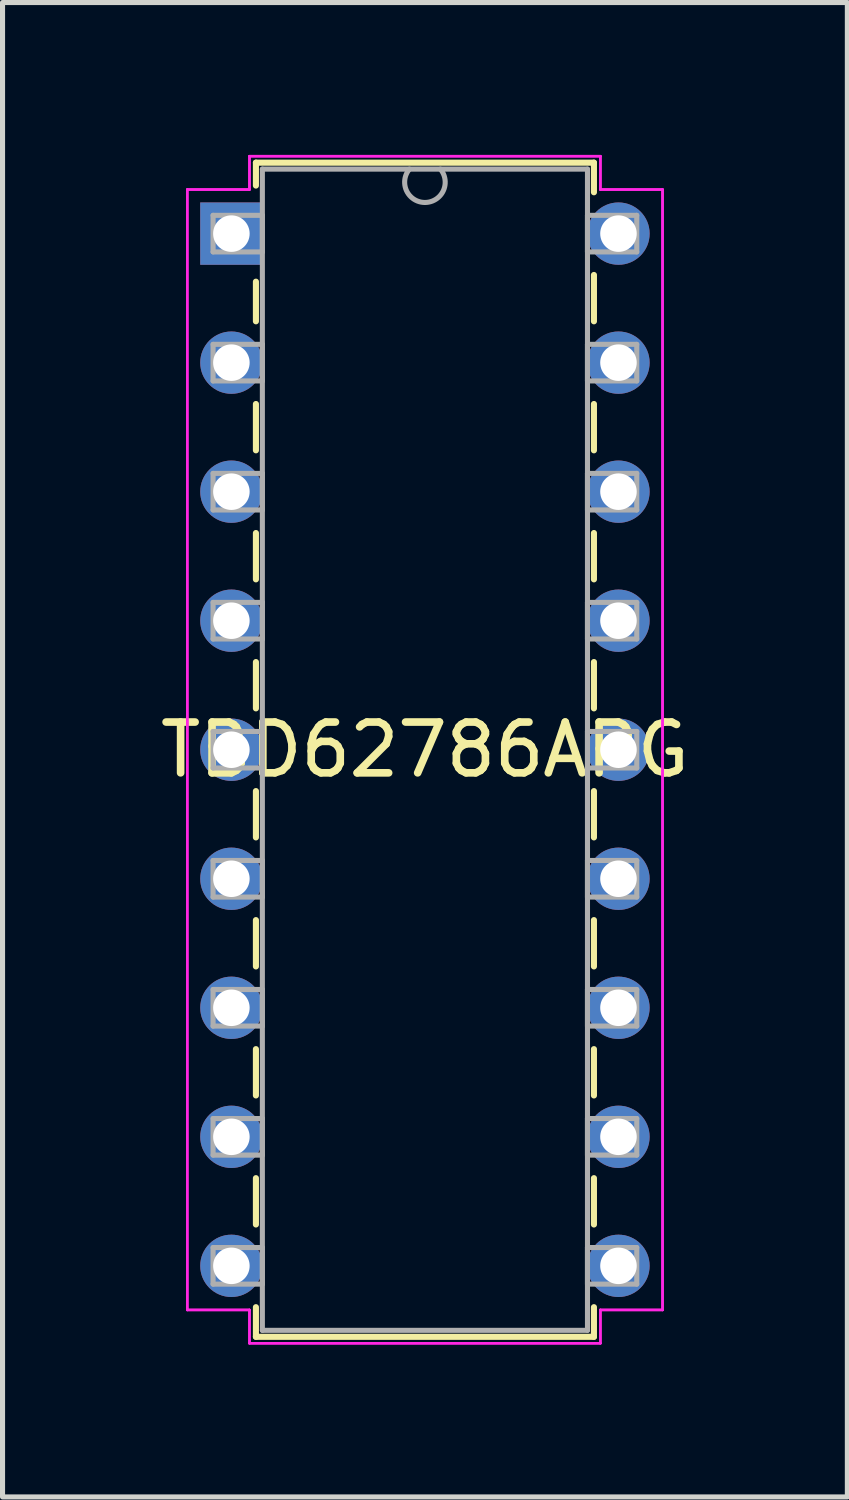
<source format=kicad_pcb>
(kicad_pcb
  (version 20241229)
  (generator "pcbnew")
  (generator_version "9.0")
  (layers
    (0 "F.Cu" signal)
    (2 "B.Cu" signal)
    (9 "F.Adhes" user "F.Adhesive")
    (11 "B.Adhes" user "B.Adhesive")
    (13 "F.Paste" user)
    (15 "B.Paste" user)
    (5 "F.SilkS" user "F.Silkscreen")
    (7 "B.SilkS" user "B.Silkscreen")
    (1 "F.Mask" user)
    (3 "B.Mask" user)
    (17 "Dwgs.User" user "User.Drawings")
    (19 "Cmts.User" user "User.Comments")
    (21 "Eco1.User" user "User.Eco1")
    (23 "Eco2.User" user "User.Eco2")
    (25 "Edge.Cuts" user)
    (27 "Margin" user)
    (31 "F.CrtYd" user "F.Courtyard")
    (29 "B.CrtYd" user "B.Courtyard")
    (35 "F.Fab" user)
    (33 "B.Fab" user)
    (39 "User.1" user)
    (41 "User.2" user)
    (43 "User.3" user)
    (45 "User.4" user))
  (footprint "TBD62786APG"
    (layer "F.Cu")
    (at 1.505 1.549)
    (property "Reference" "TBD62786APG" (at 3.81 10.16 0) (layer "F.SilkS") (effects (font (size 1 1) (thickness 0.15))))
    (attr through_hole)
    (fp_line (start 0.483 -1.397) (end 0.483 -0.946) (stroke (width 0.12) (type solid)) (layer "F.SilkS"))
    (fp_line (start 0.483 0.946) (end 0.483 1.726) (stroke (width 0.12) (type solid)) (layer "F.SilkS"))
    (fp_line (start 0.483 3.354) (end 0.483 4.266) (stroke (width 0.12) (type solid)) (layer "F.SilkS"))
    (fp_line (start 0.483 5.894) (end 0.483 6.806) (stroke (width 0.12) (type solid)) (layer "F.SilkS"))
    (fp_line (start 0.483 8.434) (end 0.483 9.346) (stroke (width 0.12) (type solid)) (layer "F.SilkS"))
    (fp_line (start 0.483 10.974) (end 0.483 11.886) (stroke (width 0.12) (type solid)) (layer "F.SilkS"))
    (fp_line (start 0.483 13.514) (end 0.483 14.426) (stroke (width 0.12) (type solid)) (layer "F.SilkS"))
    (fp_line (start 0.483 16.054) (end 0.483 16.966) (stroke (width 0.12) (type solid)) (layer "F.SilkS"))
    (fp_line (start 0.483 18.594) (end 0.483 19.506) (stroke (width 0.12) (type solid)) (layer "F.SilkS"))
    (fp_line (start 0.483 21.134) (end 0.483 21.717) (stroke (width 0.12) (type solid)) (layer "F.SilkS"))
    (fp_line (start 0.483 21.717) (end 7.137 21.717) (stroke (width 0.12) (type solid)) (layer "F.SilkS"))
    (fp_line (start 7.137 -1.397) (end 0.483 -1.397) (stroke (width 0.12) (type solid)) (layer "F.SilkS"))
    (fp_line (start 7.137 -0.814) (end 7.137 -1.397) (stroke (width 0.12) (type solid)) (layer "F.SilkS"))
    (fp_line (start 7.137 1.726) (end 7.137 0.814) (stroke (width 0.12) (type solid)) (layer "F.SilkS"))
    (fp_line (start 7.137 4.266) (end 7.137 3.354) (stroke (width 0.12) (type solid)) (layer "F.SilkS"))
    (fp_line (start 7.137 6.806) (end 7.137 5.894) (stroke (width 0.12) (type solid)) (layer "F.SilkS"))
    (fp_line (start 7.137 9.346) (end 7.137 8.434) (stroke (width 0.12) (type solid)) (layer "F.SilkS"))
    (fp_line (start 7.137 11.886) (end 7.137 10.974) (stroke (width 0.12) (type solid)) (layer "F.SilkS"))
    (fp_line (start 7.137 14.426) (end 7.137 13.514) (stroke (width 0.12) (type solid)) (layer "F.SilkS"))
    (fp_line (start 7.137 16.966) (end 7.137 16.054) (stroke (width 0.12) (type solid)) (layer "F.SilkS"))
    (fp_line (start 7.137 19.506) (end 7.137 18.594) (stroke (width 0.12) (type solid)) (layer "F.SilkS"))
    (fp_line (start 7.137 21.717) (end 7.137 21.134) (stroke (width 0.12) (type solid)) (layer "F.SilkS"))
    (fp_line (start -0.868 -0.868) (end -0.868 21.188) (stroke (width 0.05) (type solid)) (layer "F.CrtYd"))
    (fp_line (start -0.868 -0.868) (end 0.356 -0.868) (stroke (width 0.05) (type solid)) (layer "F.CrtYd"))
    (fp_line (start -0.868 21.188) (end -0.868 -0.868) (stroke (width 0.05) (type solid)) (layer "F.CrtYd"))
    (fp_line (start -0.868 21.188) (end 0.356 21.188) (stroke (width 0.05) (type solid)) (layer "F.CrtYd"))
    (fp_line (start 0.356 -1.524) (end 0.356 -0.868) (stroke (width 0.05) (type solid)) (layer "F.CrtYd"))
    (fp_line (start 0.356 -1.524) (end 7.264 -1.524) (stroke (width 0.05) (type solid)) (layer "F.CrtYd"))
    (fp_line (start 0.356 -0.868) (end -0.868 -0.868) (stroke (width 0.05) (type solid)) (layer "F.CrtYd"))
    (fp_line (start 0.356 -0.868) (end 0.356 -1.524) (stroke (width 0.05) (type solid)) (layer "F.CrtYd"))
    (fp_line (start 0.356 21.188) (end -0.868 21.188) (stroke (width 0.05) (type solid)) (layer "F.CrtYd"))
    (fp_line (start 0.356 21.188) (end 0.356 21.844) (stroke (width 0.05) (type solid)) (layer "F.CrtYd"))
    (fp_line (start 0.356 21.844) (end 0.356 21.188) (stroke (width 0.05) (type solid)) (layer "F.CrtYd"))
    (fp_line (start 0.356 21.844) (end 7.264 21.844) (stroke (width 0.05) (type solid)) (layer "F.CrtYd"))
    (fp_line (start 7.264 -1.524) (end 0.356 -1.524) (stroke (width 0.05) (type solid)) (layer "F.CrtYd"))
    (fp_line (start 7.264 -1.524) (end 7.264 -0.868) (stroke (width 0.05) (type solid)) (layer "F.CrtYd"))
    (fp_line (start 7.264 -0.868) (end 7.264 -1.524) (stroke (width 0.05) (type solid)) (layer "F.CrtYd"))
    (fp_line (start 7.264 21.188) (end 7.264 21.844) (stroke (width 0.05) (type solid)) (layer "F.CrtYd"))
    (fp_line (start 7.264 21.188) (end 8.488 21.188) (stroke (width 0.05) (type solid)) (layer "F.CrtYd"))
    (fp_line (start 7.264 21.844) (end 0.356 21.844) (stroke (width 0.05) (type solid)) (layer "F.CrtYd"))
    (fp_line (start 7.264 21.844) (end 7.264 21.188) (stroke (width 0.05) (type solid)) (layer "F.CrtYd"))
    (fp_line (start 8.488 -0.868) (end 7.264 -0.868) (stroke (width 0.05) (type solid)) (layer "F.CrtYd"))
    (fp_line (start 8.488 -0.868) (end 7.264 -0.868) (stroke (width 0.05) (type solid)) (layer "F.CrtYd"))
    (fp_line (start 8.488 -0.868) (end 8.488 21.188) (stroke (width 0.05) (type solid)) (layer "F.CrtYd"))
    (fp_line (start 8.488 21.188) (end 7.264 21.188) (stroke (width 0.05) (type solid)) (layer "F.CrtYd"))
    (fp_line (start 8.488 21.188) (end 8.488 -0.868) (stroke (width 0.05) (type solid)) (layer "F.CrtYd"))
    (fp_line (start -0.36 -0.36) (end -0.36 0.36) (stroke (width 0.1) (type solid)) (layer "F.Fab"))
    (fp_line (start -0.36 0.36) (end 0.61 0.36) (stroke (width 0.1) (type solid)) (layer "F.Fab"))
    (fp_line (start -0.36 2.18) (end -0.36 2.9) (stroke (width 0.1) (type solid)) (layer "F.Fab"))
    (fp_line (start -0.36 2.9) (end 0.61 2.9) (stroke (width 0.1) (type solid)) (layer "F.Fab"))
    (fp_line (start -0.36 4.72) (end -0.36 5.44) (stroke (width 0.1) (type solid)) (layer "F.Fab"))
    (fp_line (start -0.36 5.44) (end 0.61 5.44) (stroke (width 0.1) (type solid)) (layer "F.Fab"))
    (fp_line (start -0.36 7.26) (end -0.36 7.98) (stroke (width 0.1) (type solid)) (layer "F.Fab"))
    (fp_line (start -0.36 7.98) (end 0.61 7.98) (stroke (width 0.1) (type solid)) (layer "F.Fab"))
    (fp_line (start -0.36 9.8) (end -0.36 10.52) (stroke (width 0.1) (type solid)) (layer "F.Fab"))
    (fp_line (start -0.36 10.52) (end 0.61 10.52) (stroke (width 0.1) (type solid)) (layer "F.Fab"))
    (fp_line (start -0.36 12.34) (end -0.36 13.06) (stroke (width 0.1) (type solid)) (layer "F.Fab"))
    (fp_line (start -0.36 13.06) (end 0.61 13.06) (stroke (width 0.1) (type solid)) (layer "F.Fab"))
    (fp_line (start -0.36 14.88) (end -0.36 15.6) (stroke (width 0.1) (type solid)) (layer "F.Fab"))
    (fp_line (start -0.36 15.6) (end 0.61 15.6) (stroke (width 0.1) (type solid)) (layer "F.Fab"))
    (fp_line (start -0.36 17.42) (end -0.36 18.14) (stroke (width 0.1) (type solid)) (layer "F.Fab"))
    (fp_line (start -0.36 18.14) (end 0.61 18.14) (stroke (width 0.1) (type solid)) (layer "F.Fab"))
    (fp_line (start -0.36 19.96) (end -0.36 20.68) (stroke (width 0.1) (type solid)) (layer "F.Fab"))
    (fp_line (start -0.36 20.68) (end 0.61 20.68) (stroke (width 0.1) (type solid)) (layer "F.Fab"))
    (fp_line (start 0.61 -1.27) (end 0.61 21.59) (stroke (width 0.1) (type solid)) (layer "F.Fab"))
    (fp_line (start 0.61 -0.36) (end -0.36 -0.36) (stroke (width 0.1) (type solid)) (layer "F.Fab"))
    (fp_line (start 0.61 0.36) (end 0.61 -0.36) (stroke (width 0.1) (type solid)) (layer "F.Fab"))
    (fp_line (start 0.61 2.18) (end -0.36 2.18) (stroke (width 0.1) (type solid)) (layer "F.Fab"))
    (fp_line (start 0.61 2.9) (end 0.61 2.18) (stroke (width 0.1) (type solid)) (layer "F.Fab"))
    (fp_line (start 0.61 4.72) (end -0.36 4.72) (stroke (width 0.1) (type solid)) (layer "F.Fab"))
    (fp_line (start 0.61 5.44) (end 0.61 4.72) (stroke (width 0.1) (type solid)) (layer "F.Fab"))
    (fp_line (start 0.61 7.26) (end -0.36 7.26) (stroke (width 0.1) (type solid)) (layer "F.Fab"))
    (fp_line (start 0.61 7.98) (end 0.61 7.26) (stroke (width 0.1) (type solid)) (layer "F.Fab"))
    (fp_line (start 0.61 9.8) (end -0.36 9.8) (stroke (width 0.1) (type solid)) (layer "F.Fab"))
    (fp_line (start 0.61 10.52) (end 0.61 9.8) (stroke (width 0.1) (type solid)) (layer "F.Fab"))
    (fp_line (start 0.61 12.34) (end -0.36 12.34) (stroke (width 0.1) (type solid)) (layer "F.Fab"))
    (fp_line (start 0.61 13.06) (end 0.61 12.34) (stroke (width 0.1) (type solid)) (layer "F.Fab"))
    (fp_line (start 0.61 14.88) (end -0.36 14.88) (stroke (width 0.1) (type solid)) (layer "F.Fab"))
    (fp_line (start 0.61 15.6) (end 0.61 14.88) (stroke (width 0.1) (type solid)) (layer "F.Fab"))
    (fp_line (start 0.61 17.42) (end -0.36 17.42) (stroke (width 0.1) (type solid)) (layer "F.Fab"))
    (fp_line (start 0.61 18.14) (end 0.61 17.42) (stroke (width 0.1) (type solid)) (layer "F.Fab"))
    (fp_line (start 0.61 19.96) (end -0.36 19.96) (stroke (width 0.1) (type solid)) (layer "F.Fab"))
    (fp_line (start 0.61 20.68) (end 0.61 19.96) (stroke (width 0.1) (type solid)) (layer "F.Fab"))
    (fp_line (start 0.61 21.59) (end 7.01 21.59) (stroke (width 0.1) (type solid)) (layer "F.Fab"))
    (fp_line (start 7.01 -1.27) (end 0.61 -1.27) (stroke (width 0.1) (type solid)) (layer "F.Fab"))
    (fp_line (start 7.01 -0.36) (end 7.01 0.36) (stroke (width 0.1) (type solid)) (layer "F.Fab"))
    (fp_line (start 7.01 0.36) (end 7.98 0.36) (stroke (width 0.1) (type solid)) (layer "F.Fab"))
    (fp_line (start 7.01 2.18) (end 7.01 2.9) (stroke (width 0.1) (type solid)) (layer "F.Fab"))
    (fp_line (start 7.01 2.9) (end 7.98 2.9) (stroke (width 0.1) (type solid)) (layer "F.Fab"))
    (fp_line (start 7.01 4.72) (end 7.01 5.44) (stroke (width 0.1) (type solid)) (layer "F.Fab"))
    (fp_line (start 7.01 5.44) (end 7.98 5.44) (stroke (width 0.1) (type solid)) (layer "F.Fab"))
    (fp_line (start 7.01 7.26) (end 7.01 7.98) (stroke (width 0.1) (type solid)) (layer "F.Fab"))
    (fp_line (start 7.01 7.98) (end 7.98 7.98) (stroke (width 0.1) (type solid)) (layer "F.Fab"))
    (fp_line (start 7.01 9.8) (end 7.01 10.52) (stroke (width 0.1) (type solid)) (layer "F.Fab"))
    (fp_line (start 7.01 10.52) (end 7.98 10.52) (stroke (width 0.1) (type solid)) (layer "F.Fab"))
    (fp_line (start 7.01 12.34) (end 7.01 13.06) (stroke (width 0.1) (type solid)) (layer "F.Fab"))
    (fp_line (start 7.01 13.06) (end 7.98 13.06) (stroke (width 0.1) (type solid)) (layer "F.Fab"))
    (fp_line (start 7.01 14.88) (end 7.01 15.6) (stroke (width 0.1) (type solid)) (layer "F.Fab"))
    (fp_line (start 7.01 15.6) (end 7.98 15.6) (stroke (width 0.1) (type solid)) (layer "F.Fab"))
    (fp_line (start 7.01 17.42) (end 7.01 18.14) (stroke (width 0.1) (type solid)) (layer "F.Fab"))
    (fp_line (start 7.01 18.14) (end 7.98 18.14) (stroke (width 0.1) (type solid)) (layer "F.Fab"))
    (fp_line (start 7.01 19.96) (end 7.01 20.68) (stroke (width 0.1) (type solid)) (layer "F.Fab"))
    (fp_line (start 7.01 20.68) (end 7.98 20.68) (stroke (width 0.1) (type solid)) (layer "F.Fab"))
    (fp_line (start 7.01 21.59) (end 7.01 -1.27) (stroke (width 0.1) (type solid)) (layer "F.Fab"))
    (fp_line (start 7.98 -0.36) (end 7.01 -0.36) (stroke (width 0.1) (type solid)) (layer "F.Fab"))
    (fp_line (start 7.98 0.36) (end 7.98 -0.36) (stroke (width 0.1) (type solid)) (layer "F.Fab"))
    (fp_line (start 7.98 2.18) (end 7.01 2.18) (stroke (width 0.1) (type solid)) (layer "F.Fab"))
    (fp_line (start 7.98 2.9) (end 7.98 2.18) (stroke (width 0.1) (type solid)) (layer "F.Fab"))
    (fp_line (start 7.98 4.72) (end 7.01 4.72) (stroke (width 0.1) (type solid)) (layer "F.Fab"))
    (fp_line (start 7.98 5.44) (end 7.98 4.72) (stroke (width 0.1) (type solid)) (layer "F.Fab"))
    (fp_line (start 7.98 7.26) (end 7.01 7.26) (stroke (width 0.1) (type solid)) (layer "F.Fab"))
    (fp_line (start 7.98 7.98) (end 7.98 7.26) (stroke (width 0.1) (type solid)) (layer "F.Fab"))
    (fp_line (start 7.98 9.8) (end 7.01 9.8) (stroke (width 0.1) (type solid)) (layer "F.Fab"))
    (fp_line (start 7.98 10.52) (end 7.98 9.8) (stroke (width 0.1) (type solid)) (layer "F.Fab"))
    (fp_line (start 7.98 12.34) (end 7.01 12.34) (stroke (width 0.1) (type solid)) (layer "F.Fab"))
    (fp_line (start 7.98 13.06) (end 7.98 12.34) (stroke (width 0.1) (type solid)) (layer "F.Fab"))
    (fp_line (start 7.98 14.88) (end 7.01 14.88) (stroke (width 0.1) (type solid)) (layer "F.Fab"))
    (fp_line (start 7.98 15.6) (end 7.98 14.88) (stroke (width 0.1) (type solid)) (layer "F.Fab"))
    (fp_line (start 7.98 17.42) (end 7.01 17.42) (stroke (width 0.1) (type solid)) (layer "F.Fab"))
    (fp_line (start 7.98 18.14) (end 7.98 17.42) (stroke (width 0.1) (type solid)) (layer "F.Fab"))
    (fp_line (start 7.98 19.96) (end 7.01 19.96) (stroke (width 0.1) (type solid)) (layer "F.Fab"))
    (fp_line (start 7.98 20.68) (end 7.98 19.96) (stroke (width 0.1) (type solid)) (layer "F.Fab"))
    (fp_arc (start 4.1148 -1.27) (mid 3.81 -0.612919) (end 3.5052 -1.27) (stroke (width 0.1) (type solid)) (layer "F.Fab"))
    (pad "1" thru_hole rect (at 0 0) (size 1.227 1.227) (drill 0.719) (layers "*.Cu" "*.Mask"))
    (pad "2" thru_hole circle (at 0 2.54) (size 1.227 1.227) (drill 0.719) (layers "*.Cu" "*.Mask"))
    (pad "3" thru_hole circle (at 0 5.08) (size 1.227 1.227) (drill 0.719) (layers "*.Cu" "*.Mask"))
    (pad "4" thru_hole circle (at 0 7.62) (size 1.227 1.227) (drill 0.719) (layers "*.Cu" "*.Mask"))
    (pad "5" thru_hole circle (at 0 10.16) (size 1.227 1.227) (drill 0.719) (layers "*.Cu" "*.Mask"))
    (pad "6" thru_hole circle (at 0 12.7) (size 1.227 1.227) (drill 0.719) (layers "*.Cu" "*.Mask"))
    (pad "7" thru_hole circle (at 0 15.24) (size 1.227 1.227) (drill 0.719) (layers "*.Cu" "*.Mask"))
    (pad "8" thru_hole circle (at 0 17.78) (size 1.227 1.227) (drill 0.719) (layers "*.Cu" "*.Mask"))
    (pad "9" thru_hole circle (at 0 20.32) (size 1.227 1.227) (drill 0.719) (layers "*.Cu" "*.Mask"))
    (pad "10" thru_hole circle (at 7.62 20.32) (size 1.227 1.227) (drill 0.719) (layers "*.Cu" "*.Mask"))
    (pad "11" thru_hole circle (at 7.62 17.78) (size 1.227 1.227) (drill 0.719) (layers "*.Cu" "*.Mask"))
    (pad "12" thru_hole circle (at 7.62 15.24) (size 1.227 1.227) (drill 0.719) (layers "*.Cu" "*.Mask"))
    (pad "13" thru_hole circle (at 7.62 12.7) (size 1.227 1.227) (drill 0.719) (layers "*.Cu" "*.Mask"))
    (pad "14" thru_hole circle (at 7.62 10.16) (size 1.227 1.227) (drill 0.719) (layers "*.Cu" "*.Mask"))
    (pad "15" thru_hole circle (at 7.62 7.62) (size 1.227 1.227) (drill 0.719) (layers "*.Cu" "*.Mask"))
    (pad "16" thru_hole circle (at 7.62 5.08) (size 1.227 1.227) (drill 0.719) (layers "*.Cu" "*.Mask"))
    (pad "17" thru_hole circle (at 7.62 2.54) (size 1.227 1.227) (drill 0.719) (layers "*.Cu" "*.Mask"))
    (pad "18" thru_hole circle (at 7.62 0) (size 1.227 1.227) (drill 0.719) (layers "*.Cu" "*.Mask")))
  (gr_rect
    (start -3 -3)
    (end 13.631 26.418)
    (stroke (width 0.1) (type default))
    (fill no)
    (layer "Edge.Cuts")))
</source>
